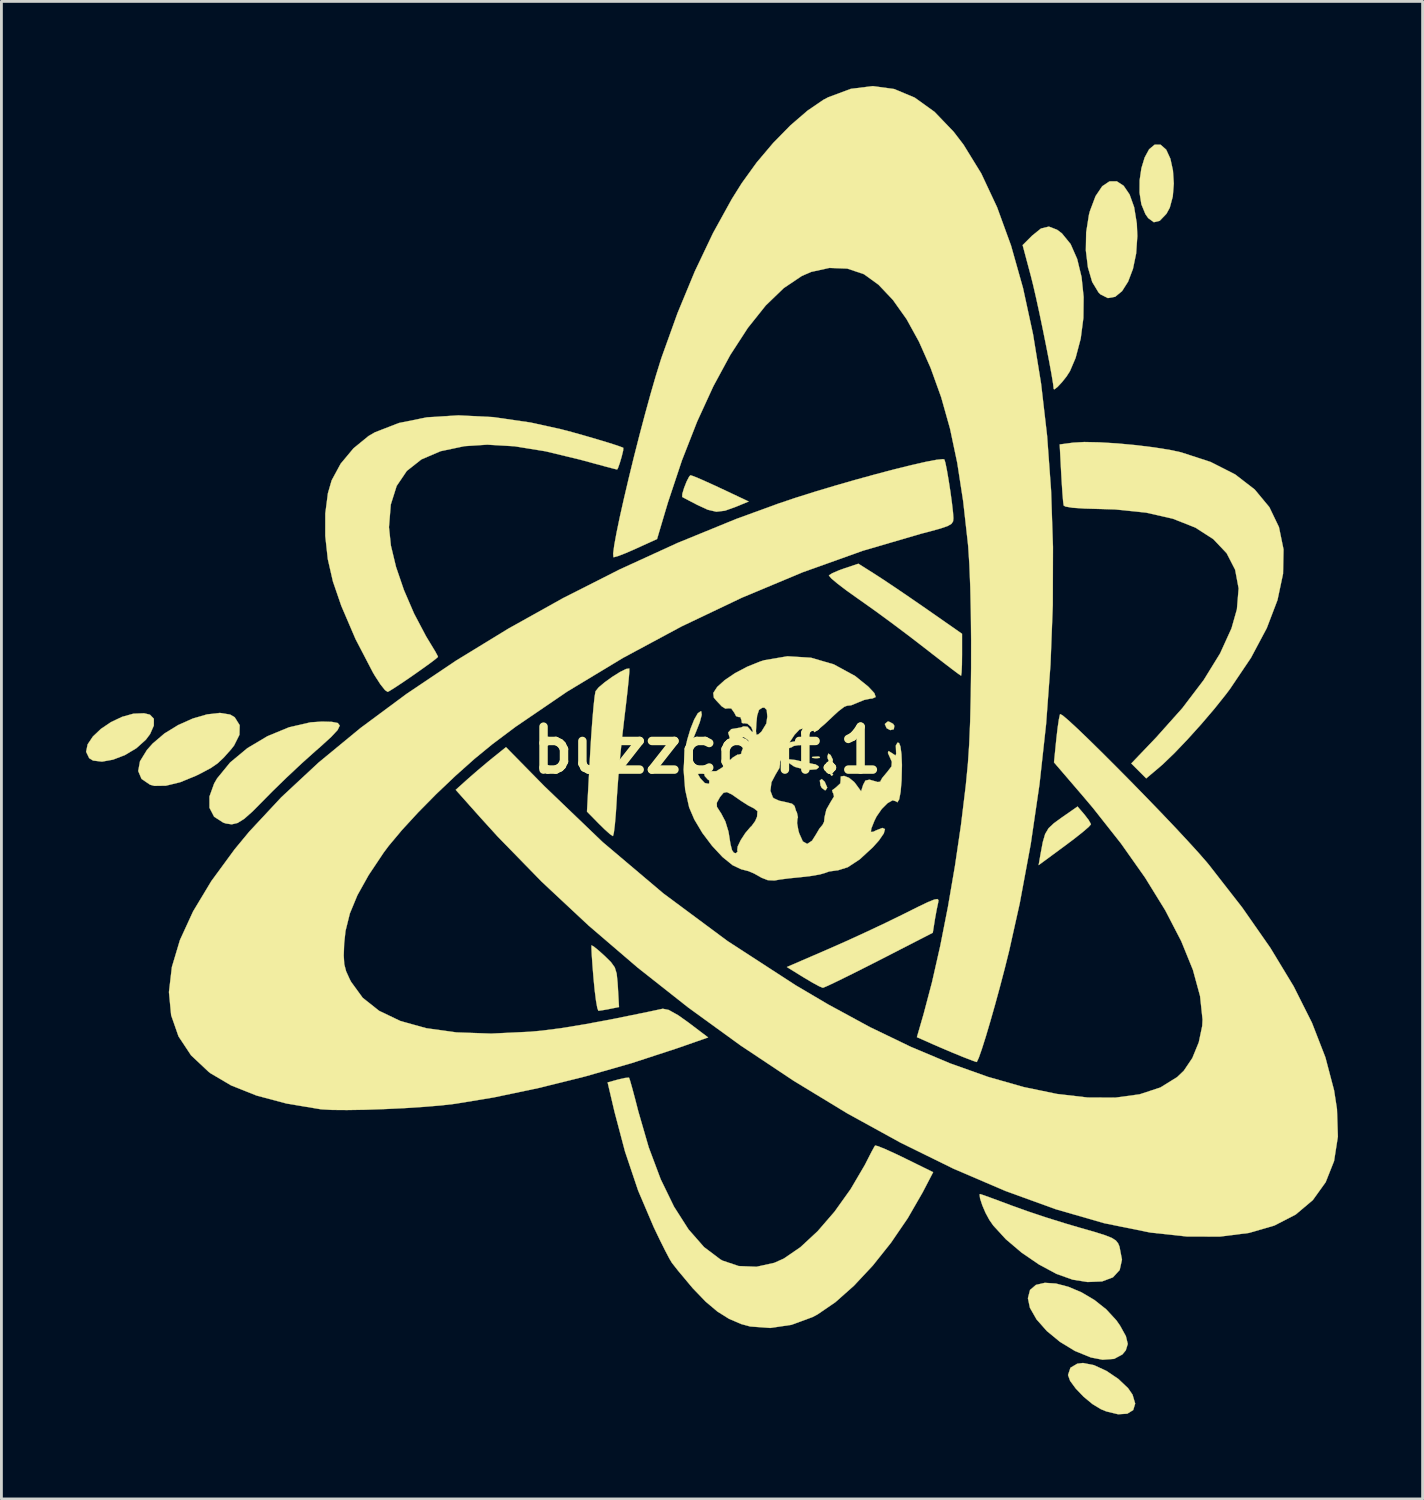
<source format=kicad_pcb>
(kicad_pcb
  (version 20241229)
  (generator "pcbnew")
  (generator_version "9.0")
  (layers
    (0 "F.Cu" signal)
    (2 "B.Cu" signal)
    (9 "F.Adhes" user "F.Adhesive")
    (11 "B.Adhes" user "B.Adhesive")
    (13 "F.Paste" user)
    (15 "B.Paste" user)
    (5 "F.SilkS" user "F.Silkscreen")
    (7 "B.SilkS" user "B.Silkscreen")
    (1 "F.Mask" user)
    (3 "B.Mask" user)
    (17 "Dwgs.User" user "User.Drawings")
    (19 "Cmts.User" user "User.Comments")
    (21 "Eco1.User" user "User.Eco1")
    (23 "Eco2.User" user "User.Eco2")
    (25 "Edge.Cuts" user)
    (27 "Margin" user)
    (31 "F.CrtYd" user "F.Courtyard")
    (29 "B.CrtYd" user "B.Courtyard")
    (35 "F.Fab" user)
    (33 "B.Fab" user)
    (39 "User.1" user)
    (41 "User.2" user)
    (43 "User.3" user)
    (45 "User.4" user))
  (footprint "buzzconf.1"
    (layer "F.Cu")
    (at 22.039 23.564)
    (property "Reference" "buzzconf.1" (at 0 0 0) (layer "F.SilkS") (effects (font (size 1.524 1.524) (thickness 0.3))))
    (attr through_hole)
    (fp_poly (pts (xy 4.47 0.864) (xy 4.42 0.914) (xy 4.369 0.864) (xy 4.42 0.813) (xy 4.47 0.864)) (stroke (width 0.01) (type solid)) (fill yes) (layer "F.SilkS"))
    (fp_poly (pts (xy 3.988 0.238) (xy 4.001 0.275) (xy 3.861 0.289) (xy 3.717 0.273) (xy 3.734 0.238) (xy 3.942 0.224) (xy 3.988 0.238)) (stroke (width 0.01) (type solid)) (fill yes) (layer "F.SilkS"))
    (fp_poly (pts (xy 4.17 1.121) (xy 4.261 1.329) (xy 4.204 1.42) (xy 4.176 1.422) (xy 4.067 1.341) (xy 4.022 1.255) (xy 3.996 1.077) (xy 4.063 1.023) (xy 4.17 1.121)) (stroke (width 0.01) (type solid)) (fill yes) (layer "F.SilkS"))
    (fp_poly (pts (xy 4.38 0.174) (xy 4.46 0.34) (xy 4.454 0.404) (xy 4.374 0.466) (xy 4.341 0.447) (xy 4.274 0.288) (xy 4.267 0.217) (xy 4.299 0.12) (xy 4.38 0.174)) (stroke (width 0.01) (type solid)) (fill yes) (layer "F.SilkS"))
    (fp_poly (pts (xy 6.598 -0.934) (xy 6.641 -0.864) (xy 6.621 -0.741) (xy 6.494 -0.711) (xy 6.367 -0.779) (xy 6.302 -0.927) (xy 6.401 -1.013) (xy 6.441 -1.016) (xy 6.598 -0.934)) (stroke (width 0.01) (type solid)) (fill yes) (layer "F.SilkS"))
    (fp_poly (pts (xy 3.136 0.35) (xy 3.528 0.444) (xy 3.556 0.451) (xy 3.777 0.494) (xy 3.835 0.5) (xy 3.954 0.572) (xy 3.962 0.61) (xy 3.876 0.678) (xy 3.662 0.696) (xy 3.391 0.669) (xy 3.132 0.599) (xy 3.073 0.573) (xy 2.9 0.455) (xy 2.845 0.37) (xy 2.915 0.326) (xy 3.136 0.35)) (stroke (width 0.01) (type solid)) (fill yes) (layer "F.SilkS"))
    (fp_poly (pts (xy 13.377 2.275) (xy 13.535 2.48) (xy 13.613 2.621) (xy 13.614 2.633) (xy 13.537 2.722) (xy 13.328 2.902) (xy 13.02 3.146) (xy 12.687 3.396) (xy 11.76 4.079) (xy 11.827 3.69) (xy 11.907 3.261) (xy 11.991 2.974) (xy 12.112 2.77) (xy 12.304 2.59) (xy 12.57 2.397) (xy 13.14 2) (xy 13.377 2.275)) (stroke (width 0.01) (type solid)) (fill yes) (layer "F.SilkS"))
    (fp_poly (pts (xy -0.469 -9.713) (xy -0.205 -9.602) (xy 0.158 -9.439) (xy 0.484 -9.288) (xy 1.473 -8.822) (xy 1.016 -8.633) (xy 0.63 -8.495) (xy 0.326 -8.459) (xy 0.02 -8.53) (xy -0.356 -8.704) (xy -0.636 -8.85) (xy -0.83 -8.952) (xy -0.886 -8.984) (xy -0.882 -9.092) (xy -0.819 -9.302) (xy -0.728 -9.534) (xy -0.637 -9.708) (xy -0.591 -9.754) (xy -0.469 -9.713)) (stroke (width 0.01) (type solid)) (fill yes) (layer "F.SilkS"))
    (fp_poly (pts (xy -19.77 -1.259) (xy -19.631 -1.115) (xy -19.632 -0.872) (xy -19.763 -0.573) (xy -19.915 -0.37) (xy -20.252 -0.068) (xy -20.655 0.173) (xy -21.077 0.336) (xy -21.47 0.407) (xy -21.787 0.369) (xy -21.925 0.284) (xy -22.034 0.058) (xy -21.98 -0.206) (xy -21.794 -0.484) (xy -21.508 -0.755) (xy -21.152 -0.995) (xy -20.757 -1.182) (xy -20.356 -1.294) (xy -19.979 -1.309) (xy -19.77 -1.259)) (stroke (width 0.01) (type solid)) (fill yes) (layer "F.SilkS"))
    (fp_poly (pts (xy 13.723 21.819) (xy 14.162 22.021) (xy 14.586 22.307) (xy 14.932 22.635) (xy 15.091 22.866) (xy 15.185 23.183) (xy 15.115 23.411) (xy 14.905 23.541) (xy 14.579 23.561) (xy 14.161 23.46) (xy 13.97 23.382) (xy 13.669 23.199) (xy 13.355 22.939) (xy 13.076 22.648) (xy 12.876 22.375) (xy 12.802 22.169) (xy 12.888 21.911) (xy 13.13 21.767) (xy 13.335 21.742) (xy 13.723 21.819)) (stroke (width 0.01) (type solid)) (fill yes) (layer "F.SilkS"))
    (fp_poly (pts (xy 16.285 -21.305) (xy 16.434 -20.982) (xy 16.525 -20.563) (xy 16.555 -20.1) (xy 16.519 -19.644) (xy 16.412 -19.245) (xy 16.293 -19.028) (xy 16.055 -18.78) (xy 15.846 -18.73) (xy 15.646 -18.877) (xy 15.548 -19.018) (xy 15.405 -19.365) (xy 15.34 -19.778) (xy 15.343 -20.218) (xy 15.406 -20.647) (xy 15.521 -21.026) (xy 15.679 -21.317) (xy 15.873 -21.48) (xy 16.083 -21.482) (xy 16.285 -21.305)) (stroke (width 0.01) (type solid)) (fill yes) (layer "F.SilkS"))
    (fp_poly (pts (xy -4.022 6.968) (xy -3.839 7.118) (xy -3.643 7.294) (xy -3.413 7.52) (xy -3.279 7.707) (xy -3.211 7.927) (xy -3.178 8.252) (xy -3.168 8.407) (xy -3.128 9.114) (xy -3.456 9.18) (xy -3.704 9.225) (xy -3.855 9.246) (xy -3.859 9.246) (xy -3.897 9.151) (xy -3.943 8.894) (xy -3.991 8.515) (xy -4.031 8.103) (xy -4.068 7.644) (xy -4.094 7.267) (xy -4.106 7.013) (xy -4.104 6.924) (xy -4.022 6.968)) (stroke (width 0.01) (type solid)) (fill yes) (layer "F.SilkS"))
    (fp_poly (pts (xy 12.373 18.923) (xy 12.815 19.039) (xy 13.279 19.235) (xy 13.736 19.505) (xy 14.159 19.84) (xy 14.519 20.231) (xy 14.648 20.416) (xy 14.855 20.79) (xy 14.922 21.066) (xy 14.852 21.292) (xy 14.732 21.438) (xy 14.439 21.596) (xy 14.029 21.626) (xy 13.614 21.546) (xy 13.049 21.316) (xy 12.518 20.993) (xy 12.052 20.609) (xy 11.685 20.195) (xy 11.45 19.782) (xy 11.379 19.445) (xy 11.455 19.15) (xy 11.665 18.971) (xy 11.98 18.898) (xy 12.373 18.923)) (stroke (width 0.01) (type solid)) (fill yes) (layer "F.SilkS"))
    (fp_poly (pts (xy 14.775 -20.024) (xy 14.986 -19.715) (xy 15.148 -19.264) (xy 15.243 -18.679) (xy 15.261 -18.24) (xy 15.219 -17.621) (xy 15.106 -17.075) (xy 14.934 -16.623) (xy 14.72 -16.286) (xy 14.475 -16.085) (xy 14.215 -16.039) (xy 13.954 -16.17) (xy 13.885 -16.238) (xy 13.66 -16.611) (xy 13.509 -17.125) (xy 13.435 -17.728) (xy 13.446 -18.369) (xy 13.545 -18.996) (xy 13.577 -19.119) (xy 13.779 -19.656) (xy 14.016 -20.007) (xy 14.273 -20.179) (xy 14.532 -20.182) (xy 14.775 -20.024)) (stroke (width 0.01) (type solid)) (fill yes) (layer "F.SilkS"))
    (fp_poly (pts (xy -16.925 -1.263) (xy -16.762 -1.167) (xy -16.586 -0.886) (xy -16.594 -0.546) (xy -16.784 -0.166) (xy -16.891 -0.029) (xy -17.151 0.263) (xy -17.369 0.468) (xy -17.612 0.635) (xy -17.945 0.813) (xy -18.136 0.908) (xy -18.698 1.138) (xy -19.204 1.261) (xy -19.614 1.267) (xy -19.765 1.226) (xy -20.067 1.021) (xy -20.186 0.74) (xy -20.122 0.394) (xy -19.876 -0.006) (xy -19.673 -0.235) (xy -19.254 -0.592) (xy -18.766 -0.892) (xy -18.249 -1.122) (xy -17.743 -1.269) (xy -17.288 -1.321) (xy -16.925 -1.263)) (stroke (width 0.01) (type solid)) (fill yes) (layer "F.SilkS"))
    (fp_poly (pts (xy -13.316 -1.004) (xy -13.105 -0.963) (xy -13.035 -0.873) (xy -13.11 -0.716) (xy -13.335 -0.474) (xy -13.712 -0.13) (xy -13.89 0.025) (xy -14.377 0.462) (xy -14.909 0.96) (xy -15.413 1.45) (xy -15.727 1.768) (xy -16.124 2.17) (xy -16.424 2.436) (xy -16.66 2.583) (xy -16.867 2.632) (xy -17.077 2.601) (xy -17.17 2.57) (xy -17.493 2.361) (xy -17.657 2.045) (xy -17.658 1.646) (xy -17.493 1.187) (xy -17.387 1.003) (xy -16.924 0.437) (xy -16.31 -0.073) (xy -15.596 -0.498) (xy -14.833 -0.812) (xy -14.072 -0.987) (xy -13.665 -1.014) (xy -13.316 -1.004)) (stroke (width 0.01) (type solid)) (fill yes) (layer "F.SilkS"))
    (fp_poly (pts (xy 8.207 5.322) (xy 8.196 5.403) (xy 8.142 5.658) (xy 8.082 5.988) (xy 8.071 6.059) (xy 8.004 6.478) (xy 6.099 7.456) (xy 5.527 7.746) (xy 5.016 8.002) (xy 4.592 8.21) (xy 4.285 8.356) (xy 4.121 8.426) (xy 4.103 8.43) (xy 3.977 8.379) (xy 3.732 8.246) (xy 3.422 8.062) (xy 3.42 8.061) (xy 2.827 7.694) (xy 4.284 7.064) (xy 4.929 6.779) (xy 5.64 6.453) (xy 6.338 6.124) (xy 6.938 5.831) (xy 6.998 5.801) (xy 7.496 5.552) (xy 7.84 5.388) (xy 8.056 5.301) (xy 8.17 5.282) (xy 8.207 5.322)) (stroke (width 0.01) (type solid)) (fill yes) (layer "F.SilkS"))
    (fp_poly (pts (xy 12.414 -18.463) (xy 12.585 -18.335) (xy 12.894 -17.955) (xy 13.127 -17.426) (xy 13.282 -16.786) (xy 13.356 -16.076) (xy 13.347 -15.334) (xy 13.252 -14.6) (xy 13.07 -13.914) (xy 12.872 -13.449) (xy 12.751 -13.26) (xy 12.59 -13.057) (xy 12.432 -12.888) (xy 12.32 -12.801) (xy 12.294 -12.814) (xy 12.273 -12.999) (xy 12.216 -13.343) (xy 12.131 -13.806) (xy 12.025 -14.348) (xy 11.908 -14.929) (xy 11.787 -15.509) (xy 11.669 -16.048) (xy 11.563 -16.508) (xy 11.488 -16.808) (xy 11.192 -17.918) (xy 11.53 -18.255) (xy 11.843 -18.507) (xy 12.123 -18.575) (xy 12.414 -18.463)) (stroke (width 0.01) (type solid)) (fill yes) (layer "F.SilkS"))
    (fp_poly (pts (xy 5.959 -6.239) (xy 6.264 -6.041) (xy 6.685 -5.759) (xy 7.172 -5.428) (xy 7.674 -5.082) (xy 7.798 -4.996) (xy 9.042 -4.128) (xy 9.042 -3.385) (xy 9.038 -3.025) (xy 9.026 -2.762) (xy 9.009 -2.644) (xy 9.007 -2.642) (xy 8.919 -2.701) (xy 8.699 -2.865) (xy 8.376 -3.112) (xy 7.976 -3.422) (xy 7.706 -3.632) (xy 7.156 -4.056) (xy 6.549 -4.511) (xy 5.953 -4.948) (xy 5.435 -5.316) (xy 5.356 -5.371) (xy 4.955 -5.656) (xy 4.629 -5.904) (xy 4.407 -6.091) (xy 4.32 -6.194) (xy 4.321 -6.202) (xy 4.439 -6.278) (xy 4.686 -6.384) (xy 4.868 -6.449) (xy 5.365 -6.614) (xy 5.959 -6.239)) (stroke (width 0.01) (type solid)) (fill yes) (layer "F.SilkS"))
    (fp_poly (pts (xy 9.786 15.782) (xy 10.04 15.873) (xy 10.405 16.008) (xy 10.814 16.161) (xy 11.372 16.361) (xy 12.035 16.582) (xy 12.714 16.794) (xy 13.217 16.942) (xy 13.747 17.094) (xy 14.115 17.209) (xy 14.354 17.304) (xy 14.498 17.395) (xy 14.579 17.497) (xy 14.627 17.61) (xy 14.716 18.075) (xy 14.635 18.443) (xy 14.396 18.703) (xy 14.011 18.848) (xy 13.494 18.869) (xy 12.966 18.785) (xy 12.397 18.583) (xy 11.774 18.249) (xy 11.155 17.826) (xy 10.596 17.351) (xy 10.152 16.867) (xy 10.012 16.666) (xy 9.876 16.416) (xy 9.759 16.142) (xy 9.682 15.905) (xy 9.665 15.764) (xy 9.683 15.748) (xy 9.786 15.782)) (stroke (width 0.01) (type solid)) (fill yes) (layer "F.SilkS"))
    (fp_poly (pts (xy -2.762 -2.897) (xy -2.761 -2.789) (xy -2.784 -2.514) (xy -2.826 -2.106) (xy -2.884 -1.599) (xy -2.932 -1.202) (xy -3.012 -0.508) (xy -3.089 0.242) (xy -3.154 0.971) (xy -3.2 1.601) (xy -3.209 1.753) (xy -3.24 2.239) (xy -3.275 2.642) (xy -3.31 2.923) (xy -3.341 3.046) (xy -3.345 3.048) (xy -3.447 2.981) (xy -3.641 2.807) (xy -3.838 2.614) (xy -4.264 2.18) (xy -4.153 0.153) (xy -4.115 -0.482) (xy -4.073 -1.057) (xy -4.032 -1.539) (xy -3.994 -1.892) (xy -3.962 -2.082) (xy -3.958 -2.093) (xy -3.85 -2.227) (xy -3.636 -2.407) (xy -3.368 -2.6) (xy -3.098 -2.77) (xy -2.879 -2.88) (xy -2.762 -2.898) (xy -2.762 -2.897)) (stroke (width 0.01) (type solid)) (fill yes) (layer "F.SilkS"))
    (fp_poly (pts (xy 13.918 -10.921) (xy 14.546 -10.883) (xy 15.212 -10.821) (xy 15.86 -10.741) (xy 16.437 -10.648) (xy 16.811 -10.567) (xy 17.858 -10.226) (xy 18.73 -9.784) (xy 19.425 -9.248) (xy 19.945 -8.622) (xy 20.286 -7.912) (xy 20.448 -7.122) (xy 20.431 -6.259) (xy 20.234 -5.327) (xy 19.854 -4.331) (xy 19.293 -3.277) (xy 18.547 -2.17) (xy 18.405 -1.981) (xy 17.998 -1.471) (xy 17.531 -0.924) (xy 17.044 -0.384) (xy 16.58 0.102) (xy 16.179 0.488) (xy 16.047 0.604) (xy 15.576 1.001) (xy 15.047 0.472) (xy 15.932 -0.454) (xy 16.858 -1.491) (xy 17.615 -2.487) (xy 18.198 -3.433) (xy 18.602 -4.321) (xy 18.794 -4.997) (xy 18.855 -5.738) (xy 18.731 -6.402) (xy 18.43 -6.987) (xy 17.957 -7.486) (xy 17.319 -7.896) (xy 16.522 -8.211) (xy 15.572 -8.427) (xy 14.476 -8.54) (xy 13.985 -8.555) (xy 13.395 -8.571) (xy 12.965 -8.6) (xy 12.712 -8.642) (xy 12.648 -8.68) (xy 12.629 -8.822) (xy 12.604 -9.119) (xy 12.578 -9.52) (xy 12.561 -9.817) (xy 12.507 -10.846) (xy 12.988 -10.91) (xy 13.38 -10.932) (xy 13.918 -10.921)) (stroke (width 0.01) (type solid)) (fill yes) (layer "F.SilkS"))
    (fp_poly (pts (xy -2.771 11.623) (xy -2.734 11.729) (xy -2.659 11.993) (xy -2.557 12.373) (xy -2.444 12.814) (xy -2.074 14.09) (xy -1.65 15.221) (xy -1.177 16.195) (xy -0.662 17.002) (xy -0.111 17.63) (xy 0.47 18.068) (xy 0.549 18.112) (xy 1.12 18.303) (xy 1.75 18.328) (xy 2.381 18.189) (xy 2.718 18.038) (xy 3.308 17.634) (xy 3.919 17.067) (xy 4.522 16.369) (xy 5.09 15.574) (xy 5.594 14.715) (xy 5.689 14.529) (xy 5.828 14.257) (xy 5.93 14.071) (xy 5.959 14.026) (xy 6.061 14.05) (xy 6.306 14.149) (xy 6.655 14.307) (xy 7.009 14.477) (xy 8.017 14.973) (xy 7.643 15.691) (xy 7.117 16.604) (xy 6.519 17.479) (xy 5.875 18.287) (xy 5.209 18.999) (xy 4.549 19.585) (xy 3.92 20.016) (xy 3.735 20.114) (xy 2.993 20.387) (xy 2.241 20.499) (xy 1.526 20.447) (xy 1.207 20.36) (xy 0.777 20.176) (xy 0.365 19.918) (xy -0.055 19.564) (xy -0.512 19.089) (xy -1.031 18.469) (xy -1.253 18.186) (xy -1.341 18.038) (xy -1.493 17.748) (xy -1.688 17.357) (xy -1.899 16.916) (xy -2.45 15.623) (xy -2.914 14.243) (xy -3.288 12.828) (xy -3.532 11.788) (xy -3.169 11.688) (xy -2.924 11.631) (xy -2.781 11.618) (xy -2.771 11.623)) (stroke (width 0.01) (type solid)) (fill yes) (layer "F.SilkS"))
    (fp_poly (pts (xy -7.59 -11.816) (xy -6.262 -11.623) (xy -5.182 -11.385) (xy -4.795 -11.283) (xy -4.356 -11.16) (xy -3.911 -11.03) (xy -3.506 -10.908) (xy -3.187 -10.806) (xy -3.001 -10.738) (xy -2.975 -10.725) (xy -2.982 -10.626) (xy -3.032 -10.419) (xy -3.101 -10.185) (xy -3.165 -10.006) (xy -3.195 -9.957) (xy -3.301 -9.982) (xy -3.565 -10.051) (xy -3.949 -10.155) (xy -4.416 -10.282) (xy -4.504 -10.306) (xy -5.74 -10.604) (xy -6.833 -10.781) (xy -7.802 -10.838) (xy -8.612 -10.785) (xy -9.46 -10.606) (xy -10.139 -10.315) (xy -10.656 -9.907) (xy -11.016 -9.375) (xy -11.225 -8.713) (xy -11.289 -7.915) (xy -11.289 -7.905) (xy -11.221 -7.258) (xy -11.039 -6.501) (xy -10.759 -5.681) (xy -10.398 -4.844) (xy -9.972 -4.037) (xy -9.792 -3.74) (xy -9.646 -3.499) (xy -9.56 -3.339) (xy -9.55 -3.311) (xy -9.628 -3.239) (xy -9.832 -3.084) (xy -10.121 -2.876) (xy -10.452 -2.643) (xy -10.782 -2.417) (xy -11.07 -2.226) (xy -11.273 -2.099) (xy -11.334 -2.067) (xy -11.429 -2.13) (xy -11.591 -2.333) (xy -11.789 -2.639) (xy -11.863 -2.765) (xy -12.475 -3.941) (xy -12.981 -5.121) (xy -13.278 -5.987) (xy -13.459 -6.777) (xy -13.549 -7.599) (xy -13.548 -8.397) (xy -13.455 -9.115) (xy -13.322 -9.573) (xy -13.003 -10.162) (xy -12.548 -10.708) (xy -12.015 -11.144) (xy -11.789 -11.276) (xy -10.936 -11.607) (xy -9.942 -11.808) (xy -8.822 -11.878) (xy -7.59 -11.816)) (stroke (width 0.01) (type solid)) (fill yes) (layer "F.SilkS"))
    (fp_poly (pts (xy 12.613 -1.231) (xy 12.822 -1.054) (xy 13.133 -0.767) (xy 13.527 -0.389) (xy 13.986 0.062) (xy 14.49 0.565) (xy 15.021 1.101) (xy 15.56 1.653) (xy 16.089 2.201) (xy 16.588 2.725) (xy 17.038 3.208) (xy 17.422 3.629) (xy 17.72 3.97) (xy 17.798 4.064) (xy 18.981 5.582) (xy 19.983 7.018) (xy 20.807 8.379) (xy 21.456 9.671) (xy 21.933 10.898) (xy 22.241 12.067) (xy 22.344 12.734) (xy 22.376 13.711) (xy 22.241 14.577) (xy 21.943 15.328) (xy 21.488 15.962) (xy 20.88 16.475) (xy 20.125 16.865) (xy 19.227 17.126) (xy 18.191 17.258) (xy 17.024 17.255) (xy 15.728 17.115) (xy 15.711 17.112) (xy 14.083 16.782) (xy 12.368 16.287) (xy 10.583 15.64) (xy 8.743 14.851) (xy 6.867 13.929) (xy 4.97 12.886) (xy 3.071 11.732) (xy 1.187 10.478) (xy -0.667 9.134) (xy -2.472 7.71) (xy -4.212 6.218) (xy -5.87 4.668) (xy -7.428 3.07) (xy -8.032 2.406) (xy -8.921 1.408) (xy -8.499 1.028) (xy -8.162 0.734) (xy -7.782 0.414) (xy -7.607 0.271) (xy -7.137 -0.106) (xy -5.778 1.277) (xy -3.71 3.26) (xy -1.553 5.084) (xy 0.72 6.771) (xy 3.137 8.34) (xy 4.294 9.022) (xy 5.78 9.829) (xy 7.228 10.527) (xy 8.626 11.115) (xy 9.963 11.591) (xy 11.228 11.952) (xy 12.41 12.197) (xy 13.497 12.323) (xy 14.478 12.328) (xy 15.342 12.21) (xy 16.078 11.968) (xy 16.674 11.599) (xy 16.91 11.373) (xy 17.212 10.925) (xy 17.441 10.366) (xy 17.563 9.786) (xy 17.575 9.557) (xy 17.487 8.725) (xy 17.233 7.794) (xy 16.819 6.776) (xy 16.252 5.682) (xy 15.537 4.523) (xy 14.681 3.31) (xy 13.689 2.053) (xy 13.318 1.614) (xy 12.305 0.434) (xy 12.388 -0.397) (xy 12.433 -0.787) (xy 12.478 -1.093) (xy 12.515 -1.263) (xy 12.524 -1.28) (xy 12.613 -1.231)) (stroke (width 0.01) (type solid)) (fill yes) (layer "F.SilkS"))
    (fp_poly (pts (xy 8.415 -10.313) (xy 8.452 -10.195) (xy 8.506 -9.927) (xy 8.568 -9.564) (xy 8.631 -9.158) (xy 8.684 -8.763) (xy 8.722 -8.431) (xy 8.735 -8.229) (xy 8.724 -8.117) (xy 8.666 -8.029) (xy 8.528 -7.95) (xy 8.276 -7.864) (xy 7.879 -7.754) (xy 7.595 -7.681) (xy 5.52 -7.074) (xy 3.384 -6.31) (xy 1.228 -5.408) (xy -0.909 -4.39) (xy -2.987 -3.273) (xy -4.965 -2.079) (xy -6.803 -0.826) (xy -7.62 -0.213) (xy -8.255 0.308) (xy -8.931 0.911) (xy -9.611 1.557) (xy -10.256 2.211) (xy -10.83 2.835) (xy -11.297 3.393) (xy -11.473 3.628) (xy -12.012 4.435) (xy -12.409 5.146) (xy -12.677 5.794) (xy -12.831 6.413) (xy -12.879 6.858) (xy -12.894 7.287) (xy -12.876 7.59) (xy -12.811 7.842) (xy -12.685 8.12) (xy -12.633 8.22) (xy -12.221 8.786) (xy -11.637 9.249) (xy -10.885 9.609) (xy -9.97 9.864) (xy -8.896 10.013) (xy -7.666 10.056) (xy -6.286 9.99) (xy -5.878 9.953) (xy -5.198 9.866) (xy -4.331 9.724) (xy -3.286 9.528) (xy -2.07 9.28) (xy -1.574 9.174) (xy -1.364 9.217) (xy -1.025 9.407) (xy -0.668 9.661) (xy 0.034 10.192) (xy -1.075 10.579) (xy -2.672 11.101) (xy -4.325 11.575) (xy -5.976 11.985) (xy -7.566 12.319) (xy -8.941 12.546) (xy -9.438 12.604) (xy -10.051 12.655) (xy -10.737 12.7) (xy -11.449 12.734) (xy -12.145 12.758) (xy -12.778 12.768) (xy -13.304 12.764) (xy -13.679 12.743) (xy -13.716 12.739) (xy -14.923 12.537) (xy -15.986 12.254) (xy -16.89 11.894) (xy -17.618 11.465) (xy -17.682 11.417) (xy -18.311 10.826) (xy -18.756 10.154) (xy -19.017 9.405) (xy -19.095 8.583) (xy -18.991 7.693) (xy -18.705 6.737) (xy -18.238 5.72) (xy -17.591 4.645) (xy -16.764 3.517) (xy -16.248 2.893) (xy -15.107 1.669) (xy -13.784 0.438) (xy -12.297 -0.787) (xy -10.667 -1.995) (xy -8.913 -3.174) (xy -7.054 -4.311) (xy -5.111 -5.395) (xy -3.103 -6.412) (xy -1.05 -7.352) (xy 1.03 -8.202) (xy 2.54 -8.753) (xy 3.154 -8.959) (xy 3.834 -9.173) (xy 4.552 -9.388) (xy 5.281 -9.597) (xy 5.994 -9.793) (xy 6.663 -9.969) (xy 7.262 -10.117) (xy 7.764 -10.231) (xy 8.141 -10.302) (xy 8.366 -10.325) (xy 8.415 -10.313)) (stroke (width 0.01) (type solid)) (fill yes) (layer "F.SilkS"))
    (fp_poly (pts (xy 6.633 -23.456) (xy 7.363 -23.151) (xy 8.067 -22.645) (xy 8.746 -21.937) (xy 9.095 -21.481) (xy 9.724 -20.459) (xy 10.286 -19.26) (xy 10.781 -17.9) (xy 11.206 -16.393) (xy 11.561 -14.756) (xy 11.846 -13.004) (xy 12.06 -11.151) (xy 12.201 -9.214) (xy 12.268 -7.207) (xy 12.262 -5.146) (xy 12.181 -3.046) (xy 12.024 -0.923) (xy 11.79 1.209) (xy 11.479 3.333) (xy 11.089 5.435) (xy 10.715 7.112) (xy 10.557 7.746) (xy 10.386 8.398) (xy 10.211 9.039) (xy 10.04 9.64) (xy 9.882 10.172) (xy 9.745 10.605) (xy 9.638 10.909) (xy 9.57 11.055) (xy 9.557 11.064) (xy 9.437 11.023) (xy 9.195 10.931) (xy 9.042 10.871) (xy 8.682 10.723) (xy 8.257 10.542) (xy 8.013 10.436) (xy 7.441 10.182) (xy 7.678 9.364) (xy 7.977 8.232) (xy 8.269 6.945) (xy 8.543 5.554) (xy 8.791 4.108) (xy 9.005 2.655) (xy 9.176 1.245) (xy 9.252 0.457) (xy 9.296 -0.202) (xy 9.33 -1.011) (xy 9.352 -1.926) (xy 9.364 -2.905) (xy 9.365 -3.904) (xy 9.355 -4.88) (xy 9.334 -5.789) (xy 9.302 -6.589) (xy 9.26 -7.235) (xy 9.252 -7.315) (xy 9.082 -8.837) (xy 8.873 -10.19) (xy 8.616 -11.407) (xy 8.303 -12.519) (xy 7.928 -13.56) (xy 7.516 -14.49) (xy 7.076 -15.289) (xy 6.59 -15.973) (xy 6.08 -16.512) (xy 5.571 -16.88) (xy 5.547 -16.892) (xy 4.971 -17.085) (xy 4.334 -17.109) (xy 3.688 -16.967) (xy 3.357 -16.823) (xy 2.719 -16.395) (xy 2.078 -15.777) (xy 1.443 -14.981) (xy 0.82 -14.021) (xy 0.218 -12.909) (xy -0.356 -11.658) (xy -0.895 -10.282) (xy -1.391 -8.792) (xy -1.48 -8.495) (xy -1.778 -7.491) (xy -2.53 -7.148) (xy -2.883 -6.994) (xy -3.158 -6.887) (xy -3.311 -6.845) (xy -3.326 -6.848) (xy -3.335 -6.976) (xy -3.296 -7.275) (xy -3.215 -7.716) (xy -3.099 -8.275) (xy -2.953 -8.925) (xy -2.785 -9.64) (xy -2.601 -10.394) (xy -2.406 -11.16) (xy -2.207 -11.912) (xy -2.011 -12.625) (xy -1.824 -13.271) (xy -1.652 -13.826) (xy -1.615 -13.939) (xy -1.051 -15.507) (xy -0.438 -16.987) (xy 0.209 -18.347) (xy 0.875 -19.554) (xy 1.228 -20.117) (xy 1.754 -20.846) (xy 2.34 -21.54) (xy 2.953 -22.165) (xy 3.558 -22.687) (xy 4.12 -23.071) (xy 4.292 -23.162) (xy 5.098 -23.462) (xy 5.878 -23.559) (xy 6.633 -23.456)) (stroke (width 0.01) (type solid)) (fill yes) (layer "F.SilkS"))
    (fp_poly (pts (xy 3.684 -3.279) (xy 4.493 -3.043) (xy 5.249 -2.631) (xy 5.715 -2.255) (xy 5.932 -2.023) (xy 5.979 -1.885) (xy 5.857 -1.831) (xy 5.803 -1.829) (xy 5.576 -1.783) (xy 5.327 -1.682) (xy 5.109 -1.592) (xy 4.973 -1.578) (xy 4.971 -1.579) (xy 4.865 -1.539) (xy 4.668 -1.39) (xy 4.507 -1.243) (xy 4.194 -0.948) (xy 3.954 -0.741) (xy 3.81 -0.639) (xy 3.783 -0.66) (xy 3.796 -0.686) (xy 3.791 -0.78) (xy 3.608 -0.812) (xy 3.574 -0.813) (xy 3.28 -0.736) (xy 3.099 -0.545) (xy 2.923 -0.277) (xy 3.193 -0.328) (xy 3.389 -0.335) (xy 3.42 -0.266) (xy 3.301 -0.179) (xy 3.253 -0.181) (xy 3.071 -0.149) (xy 3.003 -0.106) (xy 2.85 -0.054) (xy 2.794 -0.077) (xy 2.756 -0.081) (xy 2.779 -0.034) (xy 2.77 0.123) (xy 2.687 0.245) (xy 2.582 0.406) (xy 2.583 0.495) (xy 2.565 0.629) (xy 2.446 0.83) (xy 2.437 0.842) (xy 2.28 1.141) (xy 2.243 1.442) (xy 2.331 1.676) (xy 2.362 1.706) (xy 2.552 1.793) (xy 2.794 1.845) (xy 3.009 1.899) (xy 3.1 1.98) (xy 3.1 1.981) (xy 3.152 2.154) (xy 3.183 2.21) (xy 3.22 2.383) (xy 3.202 2.436) (xy 3.19 2.588) (xy 3.236 2.849) (xy 3.264 2.948) (xy 3.394 3.238) (xy 3.549 3.326) (xy 3.721 3.212) (xy 3.857 2.996) (xy 3.985 2.779) (xy 4.084 2.662) (xy 4.089 2.659) (xy 4.147 2.543) (xy 4.166 2.37) (xy 4.228 2.108) (xy 4.372 1.853) (xy 4.5 1.643) (xy 4.472 1.526) (xy 4.46 1.517) (xy 4.431 1.425) (xy 4.566 1.324) (xy 4.723 1.179) (xy 4.735 1.059) (xy 4.74 0.934) (xy 4.857 0.913) (xy 5.033 0.981) (xy 5.213 1.127) (xy 5.262 1.187) (xy 5.461 1.46) (xy 5.534 1.229) (xy 5.614 1.079) (xy 5.758 1.047) (xy 6.02 1.121) (xy 6.045 1.131) (xy 6.142 1.119) (xy 6.147 1.1) (xy 6.21 0.987) (xy 6.364 0.802) (xy 6.384 0.78) (xy 6.539 0.577) (xy 6.551 0.412) (xy 6.511 0.321) (xy 6.412 0.098) (xy 6.435 0.03) (xy 6.562 0.109) (xy 6.684 0.191) (xy 6.706 0.123) (xy 6.703 0.096) (xy 6.693 -0.163) (xy 6.753 -0.268) (xy 6.807 -0.254) (xy 6.857 -0.129) (xy 6.893 0.144) (xy 6.909 0.507) (xy 6.909 0.552) (xy 6.897 1.073) (xy 6.863 1.479) (xy 6.812 1.746) (xy 6.748 1.851) (xy 6.697 1.814) (xy 6.579 1.779) (xy 6.399 1.881) (xy 6.195 2.085) (xy 6.009 2.353) (xy 5.931 2.511) (xy 5.823 2.782) (xy 5.808 2.901) (xy 5.891 2.896) (xy 5.988 2.848) (xy 6.217 2.759) (xy 6.308 2.8) (xy 6.266 2.954) (xy 6.094 3.204) (xy 5.88 3.443) (xy 5.412 3.874) (xy 4.989 4.153) (xy 4.632 4.265) (xy 4.591 4.267) (xy 4.324 4.305) (xy 4.184 4.356) (xy 4 4.409) (xy 3.682 4.464) (xy 3.302 4.508) (xy 2.913 4.547) (xy 2.584 4.589) (xy 2.388 4.624) (xy 2.153 4.613) (xy 1.93 4.526) (xy 1.664 4.376) (xy 1.469 4.293) (xy 1.242 4.234) (xy 1.213 4.228) (xy 0.901 4.081) (xy 0.543 3.79) (xy 0.175 3.395) (xy -0.17 2.938) (xy -0.456 2.459) (xy -0.639 2.032) (xy -0.676 1.867) (xy 0.341 1.867) (xy 0.346 2.011) (xy 0.471 2.207) (xy 0.49 2.233) (xy 0.645 2.528) (xy 0.755 2.887) (xy 0.768 2.964) (xy 0.827 3.336) (xy 0.882 3.548) (xy 0.948 3.64) (xy 1.019 3.658) (xy 1.082 3.595) (xy 1.066 3.555) (xy 1.082 3.418) (xy 1.191 3.191) (xy 1.355 2.939) (xy 1.535 2.728) (xy 1.576 2.692) (xy 1.703 2.517) (xy 1.77 2.361) (xy 1.784 2.163) (xy 1.658 2.064) (xy 1.452 1.959) (xy 1.195 1.794) (xy 1.168 1.775) (xy 0.878 1.573) (xy 0.699 1.488) (xy 0.58 1.513) (xy 0.471 1.642) (xy 0.446 1.678) (xy 0.341 1.867) (xy -0.676 1.867) (xy -0.781 1.397) (xy -0.836 0.694) (xy -0.795 0.051) (xy -0.709 -0.364) (xy -0.591 -0.757) (xy -0.46 -1.086) (xy -0.333 -1.308) (xy -0.226 -1.382) (xy -0.21 -1.376) (xy -0.193 -1.253) (xy -0.263 -0.99) (xy -0.378 -0.697) (xy -0.521 -0.347) (xy -0.585 -0.101) (xy -0.582 0.12) (xy -0.521 0.392) (xy -0.4 0.725) (xy -0.245 0.996) (xy -0.085 1.166) (xy 0.049 1.193) (xy 0.073 1.174) (xy 0.073 1.073) (xy 0.025 1.044) (xy -0.089 0.917) (xy -0.102 0.844) (xy -0.042 0.736) (xy 0.133 0.748) (xy 0.327 0.745) (xy 0.537 0.613) (xy 0.7 0.454) (xy 0.913 0.258) (xy 1.077 0.159) (xy 1.126 0.158) (xy 1.206 0.13) (xy 1.219 0.057) (xy 1.276 -0.084) (xy 1.392 -0.07) (xy 1.457 0.025) (xy 1.495 0.036) (xy 1.516 -0.116) (xy 1.454 -0.357) (xy 1.289 -0.467) (xy 1.078 -0.413) (xy 1.046 -0.389) (xy 0.904 -0.323) (xy 0.807 -0.413) (xy 0.744 -0.624) (xy 0.856 -0.747) (xy 0.974 -0.766) (xy 1.203 -0.806) (xy 1.289 -0.844) (xy 1.431 -0.832) (xy 1.515 -0.739) (xy 1.598 -0.641) (xy 1.622 -0.673) (xy 1.731 -0.673) (xy 1.747 -0.548) (xy 1.814 -0.56) (xy 1.924 -0.655) (xy 2.099 -0.943) (xy 2.134 -1.192) (xy 2.112 -1.428) (xy 2.03 -1.509) (xy 1.956 -1.505) (xy 1.839 -1.429) (xy 1.773 -1.228) (xy 1.746 -0.968) (xy 1.731 -0.673) (xy 1.622 -0.673) (xy 1.623 -0.673) (xy 1.562 -0.823) (xy 1.428 -0.94) (xy 1.301 -0.958) (xy 1.286 -0.947) (xy 1.23 -0.97) (xy 1.219 -1.056) (xy 1.177 -1.176) (xy 1.125 -1.173) (xy 1.026 -1.207) (xy 0.963 -1.327) (xy 0.855 -1.478) (xy 0.756 -1.485) (xy 0.645 -1.474) (xy 0.517 -1.554) (xy 0.329 -1.754) (xy 0.236 -1.864) (xy 0.216 -2.028) (xy 0.355 -2.243) (xy 0.623 -2.485) (xy 0.987 -2.731) (xy 1.418 -2.959) (xy 1.886 -3.147) (xy 2.025 -3.191) (xy 2.851 -3.331) (xy 3.684 -3.279)) (stroke (width 0.01) (type solid)) (fill yes) (layer "F.SilkS")))
  (gr_rect
    (start -3 -3)
    (end 47.421 50.13)
    (stroke (width 0.1) (type default))
    (fill no)
    (layer "Edge.Cuts")))
</source>
